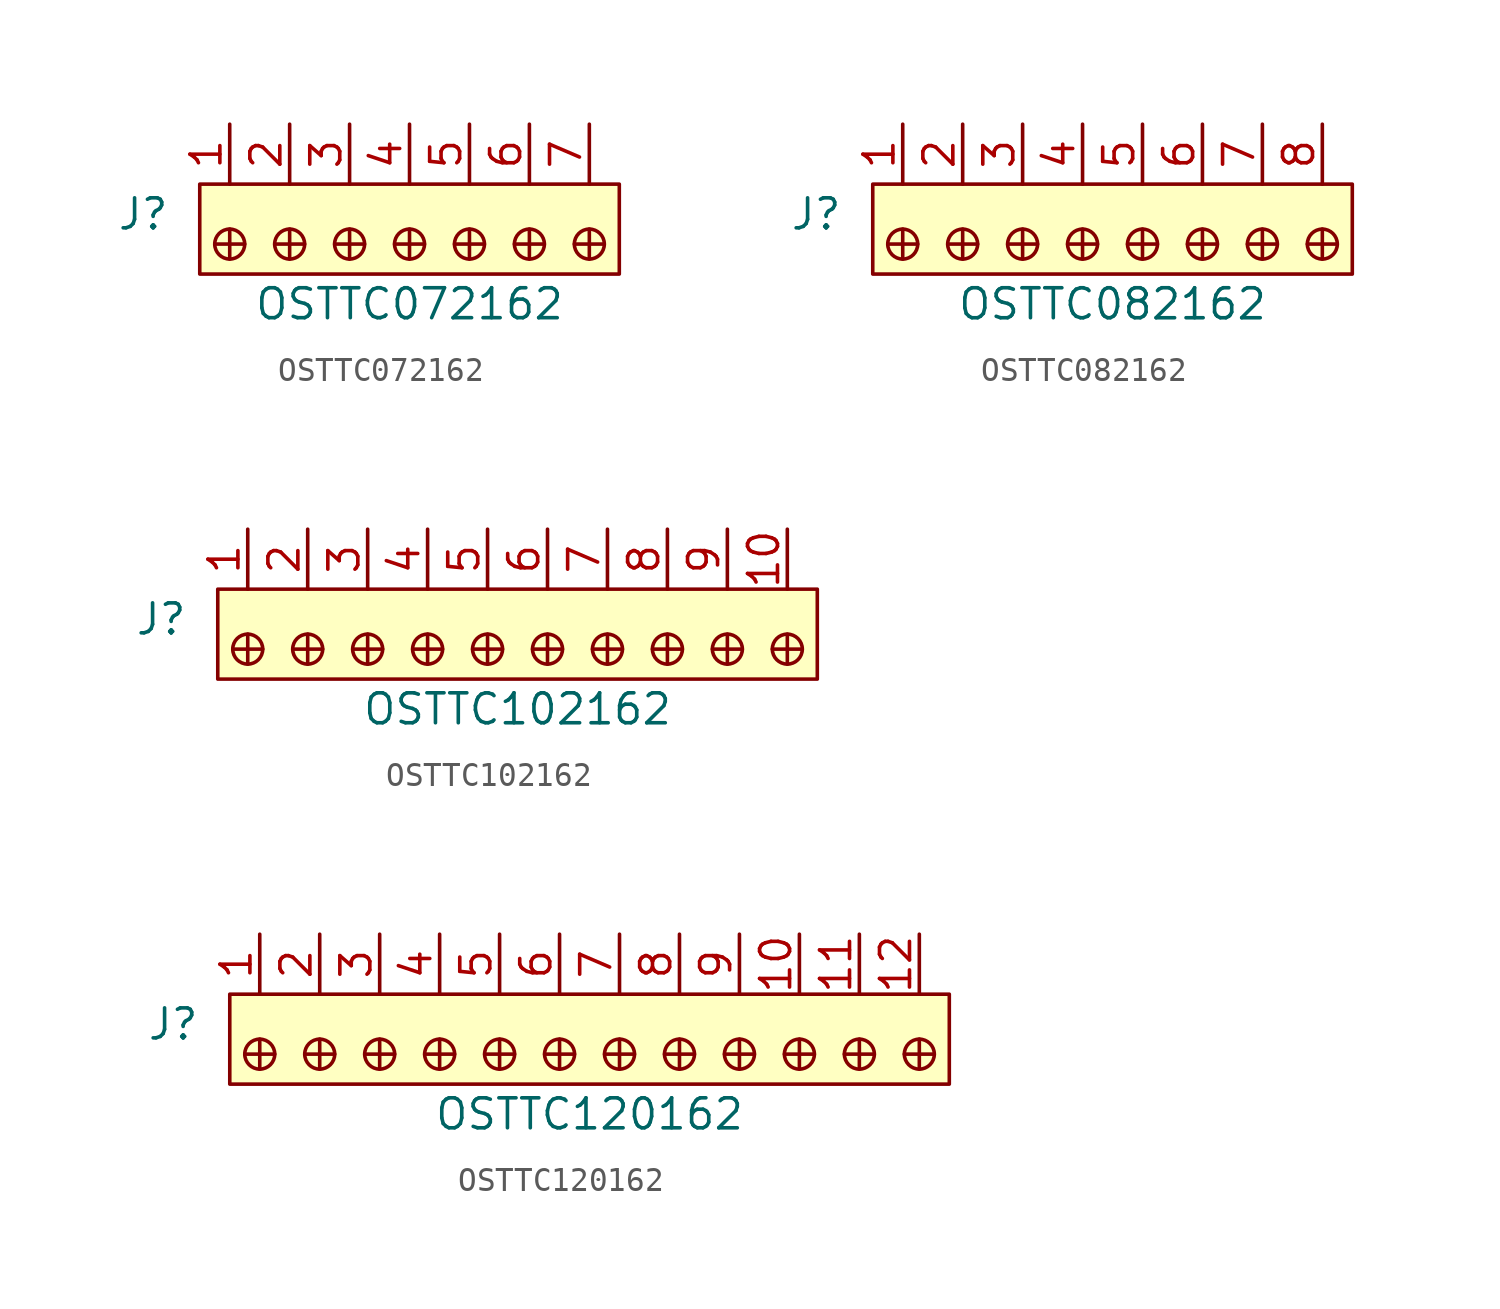
<source format=kicad_sym>
(kicad_symbol_lib
  (version 20231120)
  (generator "kicad_symbol_editor")
  (generator_version "8.0")
  (symbol "OSTTC072162"
    (pin_names
      (offset 1.016))
    (property "Reference" "J"
      (at -2.54 -1.27 0)
      (effects (font (size 1.27 1.27)) (justify right)))
    (property "Value" "OSTTC072162"
      (at 7.62 -5.08 0)
      (effects (font (size 1.27 1.27))))
    (symbol "OSTTC072162_1_1"
      (rectangle (start -1.27 0) (end 16.51 -3.81) (stroke (width 0) (type solid)) (fill (type background)))
      (circle (center 0 -2.54) (radius 0.635) (stroke (width 0) (type solid)) (fill (type none)))
      (polyline (pts (xy 0 -1.905) (xy 0 -3.175)) (stroke (width 0) (type solid)) (fill (type none)))
      (polyline (pts (xy 0.635 -2.54) (xy -0.635 -2.54)) (stroke (width 0) (type solid)) (fill (type none)))
      (polyline (pts (xy 1.905 -2.54) (xy 3.175 -2.54)) (stroke (width 0) (type solid)) (fill (type none)))
      (polyline (pts (xy 2.54 -1.905) (xy 2.54 -3.175)) (stroke (width 0) (type solid)) (fill (type none)))
      (polyline (pts (xy 5.08 -1.905) (xy 5.08 -3.175)) (stroke (width 0) (type solid)) (fill (type none)))
      (polyline (pts (xy 5.715 -2.54) (xy 4.445 -2.54)) (stroke (width 0) (type solid)) (fill (type none)))
      (polyline (pts (xy 6.985 -2.54) (xy 8.255 -2.54)) (stroke (width 0) (type solid)) (fill (type none)))
      (polyline (pts (xy 7.62 -1.905) (xy 7.62 -3.175)) (stroke (width 0) (type solid)) (fill (type none)))
      (polyline (pts (xy 10.16 -1.905) (xy 10.16 -3.175)) (stroke (width 0) (type solid)) (fill (type none)))
      (polyline (pts (xy 10.795 -2.54) (xy 9.525 -2.54)) (stroke (width 0) (type solid)) (fill (type none)))
      (polyline (pts (xy 12.065 -2.54) (xy 13.335 -2.54)) (stroke (width 0) (type solid)) (fill (type none)))
      (polyline (pts (xy 12.7 -1.905) (xy 12.7 -3.175)) (stroke (width 0) (type solid)) (fill (type none)))
      (polyline (pts (xy 14.605 -2.54) (xy 15.875 -2.54)) (stroke (width 0) (type solid)) (fill (type none)))
      (polyline (pts (xy 15.24 -1.905) (xy 15.24 -3.175)) (stroke (width 0) (type solid)) (fill (type none)))
      (circle (center 2.54 -2.54) (radius 0.635) (stroke (width 0) (type solid)) (fill (type none)))
      (circle (center 5.08 -2.54) (radius 0.635) (stroke (width 0) (type solid)) (fill (type none)))
      (circle (center 7.62 -2.54) (radius 0.635) (stroke (width 0) (type solid)) (fill (type none)))
      (circle (center 10.16 -2.54) (radius 0.635) (stroke (width 0) (type solid)) (fill (type none)))
      (circle (center 12.7 -2.54) (radius 0.635) (stroke (width 0) (type solid)) (fill (type none)))
      (circle (center 15.24 -2.54) (radius 0.635) (stroke (width 0) (type solid)) (fill (type none)))
      (pin passive line (at 0 2.54 270) (length 2.54) (name "~" (effects (font (size 1.27 1.27)))) (number "1" (effects (font (size 1.27 1.27)))))
      (pin passive line (at 2.54 2.54 270) (length 2.54) (name "~" (effects (font (size 1.27 1.27)))) (number "2" (effects (font (size 1.27 1.27)))))
      (pin passive line (at 5.08 2.54 270) (length 2.54) (name "~" (effects (font (size 1.27 1.27)))) (number "3" (effects (font (size 1.27 1.27)))))
      (pin passive line (at 7.62 2.54 270) (length 2.54) (name "~" (effects (font (size 1.27 1.27)))) (number "4" (effects (font (size 1.27 1.27)))))
      (pin passive line (at 10.16 2.54 270) (length 2.54) (name "~" (effects (font (size 1.27 1.27)))) (number "5" (effects (font (size 1.27 1.27)))))
      (pin passive line (at 12.7 2.54 270) (length 2.54) (name "~" (effects (font (size 1.27 1.27)))) (number "6" (effects (font (size 1.27 1.27)))))
      (pin passive line (at 15.24 2.54 270) (length 2.54) (name "~" (effects (font (size 1.27 1.27)))) (number "7" (effects (font (size 1.27 1.27)))))))
  (symbol "OSTTC082162"
    (pin_names
      (offset 1.016))
    (property "Reference" "J"
      (at -2.54 -1.27 0)
      (effects (font (size 1.27 1.27)) (justify right)))
    (property "Value" "OSTTC082162"
      (at 8.89 -5.08 0)
      (effects (font (size 1.27 1.27))))
    (symbol "OSTTC082162_1_1"
      (rectangle (start -1.27 0) (end 19.05 -3.81) (stroke (width 0) (type solid)) (fill (type background)))
      (circle (center 0 -2.54) (radius 0.635) (stroke (width 0) (type solid)) (fill (type none)))
      (polyline (pts (xy 0 -1.905) (xy 0 -3.175)) (stroke (width 0) (type solid)) (fill (type none)))
      (polyline (pts (xy 0.635 -2.54) (xy -0.635 -2.54)) (stroke (width 0) (type solid)) (fill (type none)))
      (polyline (pts (xy 1.905 -2.54) (xy 3.175 -2.54)) (stroke (width 0) (type solid)) (fill (type none)))
      (polyline (pts (xy 2.54 -1.905) (xy 2.54 -3.175)) (stroke (width 0) (type solid)) (fill (type none)))
      (polyline (pts (xy 5.08 -1.905) (xy 5.08 -3.175)) (stroke (width 0) (type solid)) (fill (type none)))
      (polyline (pts (xy 5.715 -2.54) (xy 4.445 -2.54)) (stroke (width 0) (type solid)) (fill (type none)))
      (polyline (pts (xy 6.985 -2.54) (xy 8.255 -2.54)) (stroke (width 0) (type solid)) (fill (type none)))
      (polyline (pts (xy 7.62 -1.905) (xy 7.62 -3.175)) (stroke (width 0) (type solid)) (fill (type none)))
      (polyline (pts (xy 10.16 -1.905) (xy 10.16 -3.175)) (stroke (width 0) (type solid)) (fill (type none)))
      (polyline (pts (xy 10.795 -2.54) (xy 9.525 -2.54)) (stroke (width 0) (type solid)) (fill (type none)))
      (polyline (pts (xy 12.065 -2.54) (xy 13.335 -2.54)) (stroke (width 0) (type solid)) (fill (type none)))
      (polyline (pts (xy 12.7 -1.905) (xy 12.7 -3.175)) (stroke (width 0) (type solid)) (fill (type none)))
      (polyline (pts (xy 15.24 -1.905) (xy 15.24 -3.175)) (stroke (width 0) (type solid)) (fill (type none)))
      (polyline (pts (xy 15.875 -2.54) (xy 14.605 -2.54)) (stroke (width 0) (type solid)) (fill (type none)))
      (polyline (pts (xy 17.145 -2.54) (xy 18.415 -2.54)) (stroke (width 0) (type solid)) (fill (type none)))
      (polyline (pts (xy 17.78 -1.905) (xy 17.78 -3.175)) (stroke (width 0) (type solid)) (fill (type none)))
      (circle (center 2.54 -2.54) (radius 0.635) (stroke (width 0) (type solid)) (fill (type none)))
      (circle (center 5.08 -2.54) (radius 0.635) (stroke (width 0) (type solid)) (fill (type none)))
      (circle (center 7.62 -2.54) (radius 0.635) (stroke (width 0) (type solid)) (fill (type none)))
      (circle (center 10.16 -2.54) (radius 0.635) (stroke (width 0) (type solid)) (fill (type none)))
      (circle (center 12.7 -2.54) (radius 0.635) (stroke (width 0) (type solid)) (fill (type none)))
      (circle (center 15.24 -2.54) (radius 0.635) (stroke (width 0) (type solid)) (fill (type none)))
      (circle (center 17.78 -2.54) (radius 0.635) (stroke (width 0) (type solid)) (fill (type none)))
      (pin passive line (at 0 2.54 270) (length 2.54) (name "~" (effects (font (size 1.27 1.27)))) (number "1" (effects (font (size 1.27 1.27)))))
      (pin passive line (at 2.54 2.54 270) (length 2.54) (name "~" (effects (font (size 1.27 1.27)))) (number "2" (effects (font (size 1.27 1.27)))))
      (pin passive line (at 5.08 2.54 270) (length 2.54) (name "~" (effects (font (size 1.27 1.27)))) (number "3" (effects (font (size 1.27 1.27)))))
      (pin passive line (at 7.62 2.54 270) (length 2.54) (name "~" (effects (font (size 1.27 1.27)))) (number "4" (effects (font (size 1.27 1.27)))))
      (pin passive line (at 10.16 2.54 270) (length 2.54) (name "~" (effects (font (size 1.27 1.27)))) (number "5" (effects (font (size 1.27 1.27)))))
      (pin passive line (at 12.7 2.54 270) (length 2.54) (name "~" (effects (font (size 1.27 1.27)))) (number "6" (effects (font (size 1.27 1.27)))))
      (pin passive line (at 15.24 2.54 270) (length 2.54) (name "~" (effects (font (size 1.27 1.27)))) (number "7" (effects (font (size 1.27 1.27)))))
      (pin passive line (at 17.78 2.54 270) (length 2.54) (name "~" (effects (font (size 1.27 1.27)))) (number "8" (effects (font (size 1.27 1.27)))))))
  (symbol "OSTTC102162"
    (pin_names
      (offset 1.016))
    (property "Reference" "J"
      (at -2.54 -1.27 0)
      (effects (font (size 1.27 1.27)) (justify right)))
    (property "Value" "OSTTC102162"
      (at 11.43 -5.08 0)
      (effects (font (size 1.27 1.27))))
    (symbol "OSTTC102162_1_1"
      (rectangle (start -1.27 0) (end 24.13 -3.81) (stroke (width 0) (type solid)) (fill (type background)))
      (circle (center 0 -2.54) (radius 0.635) (stroke (width 0) (type solid)) (fill (type none)))
      (polyline (pts (xy 0 -1.905) (xy 0 -3.175)) (stroke (width 0) (type solid)) (fill (type none)))
      (polyline (pts (xy 0.635 -2.54) (xy -0.635 -2.54)) (stroke (width 0) (type solid)) (fill (type none)))
      (polyline (pts (xy 1.905 -2.54) (xy 3.175 -2.54)) (stroke (width 0) (type solid)) (fill (type none)))
      (polyline (pts (xy 2.54 -1.905) (xy 2.54 -3.175)) (stroke (width 0) (type solid)) (fill (type none)))
      (polyline (pts (xy 5.08 -1.905) (xy 5.08 -3.175)) (stroke (width 0) (type solid)) (fill (type none)))
      (polyline (pts (xy 5.715 -2.54) (xy 4.445 -2.54)) (stroke (width 0) (type solid)) (fill (type none)))
      (polyline (pts (xy 6.985 -2.54) (xy 8.255 -2.54)) (stroke (width 0) (type solid)) (fill (type none)))
      (polyline (pts (xy 7.62 -1.905) (xy 7.62 -3.175)) (stroke (width 0) (type solid)) (fill (type none)))
      (polyline (pts (xy 10.16 -1.905) (xy 10.16 -3.175)) (stroke (width 0) (type solid)) (fill (type none)))
      (polyline (pts (xy 10.795 -2.54) (xy 9.525 -2.54)) (stroke (width 0) (type solid)) (fill (type none)))
      (polyline (pts (xy 12.065 -2.54) (xy 13.335 -2.54)) (stroke (width 0) (type solid)) (fill (type none)))
      (polyline (pts (xy 12.7 -1.905) (xy 12.7 -3.175)) (stroke (width 0) (type solid)) (fill (type none)))
      (polyline (pts (xy 15.24 -1.905) (xy 15.24 -3.175)) (stroke (width 0) (type solid)) (fill (type none)))
      (polyline (pts (xy 15.875 -2.54) (xy 14.605 -2.54)) (stroke (width 0) (type solid)) (fill (type none)))
      (polyline (pts (xy 17.145 -2.54) (xy 18.415 -2.54)) (stroke (width 0) (type solid)) (fill (type none)))
      (polyline (pts (xy 17.78 -1.905) (xy 17.78 -3.175)) (stroke (width 0) (type solid)) (fill (type none)))
      (polyline (pts (xy 20.32 -1.905) (xy 20.32 -3.175)) (stroke (width 0) (type solid)) (fill (type none)))
      (polyline (pts (xy 20.955 -2.54) (xy 19.685 -2.54)) (stroke (width 0) (type solid)) (fill (type none)))
      (polyline (pts (xy 22.225 -2.54) (xy 23.495 -2.54)) (stroke (width 0) (type solid)) (fill (type none)))
      (polyline (pts (xy 22.86 -1.905) (xy 22.86 -3.175)) (stroke (width 0) (type solid)) (fill (type none)))
      (circle (center 2.54 -2.54) (radius 0.635) (stroke (width 0) (type solid)) (fill (type none)))
      (circle (center 5.08 -2.54) (radius 0.635) (stroke (width 0) (type solid)) (fill (type none)))
      (circle (center 7.62 -2.54) (radius 0.635) (stroke (width 0) (type solid)) (fill (type none)))
      (circle (center 10.16 -2.54) (radius 0.635) (stroke (width 0) (type solid)) (fill (type none)))
      (circle (center 12.7 -2.54) (radius 0.635) (stroke (width 0) (type solid)) (fill (type none)))
      (circle (center 15.24 -2.54) (radius 0.635) (stroke (width 0) (type solid)) (fill (type none)))
      (circle (center 17.78 -2.54) (radius 0.635) (stroke (width 0) (type solid)) (fill (type none)))
      (circle (center 20.32 -2.54) (radius 0.635) (stroke (width 0) (type solid)) (fill (type none)))
      (circle (center 22.86 -2.54) (radius 0.635) (stroke (width 0) (type solid)) (fill (type none)))
      (pin passive line (at 0 2.54 270) (length 2.54) (name "~" (effects (font (size 1.27 1.27)))) (number "1" (effects (font (size 1.27 1.27)))))
      (pin passive line (at 22.86 2.54 270) (length 2.54) (name "~" (effects (font (size 1.27 1.27)))) (number "10" (effects (font (size 1.27 1.27)))))
      (pin passive line (at 2.54 2.54 270) (length 2.54) (name "~" (effects (font (size 1.27 1.27)))) (number "2" (effects (font (size 1.27 1.27)))))
      (pin passive line (at 5.08 2.54 270) (length 2.54) (name "~" (effects (font (size 1.27 1.27)))) (number "3" (effects (font (size 1.27 1.27)))))
      (pin passive line (at 7.62 2.54 270) (length 2.54) (name "~" (effects (font (size 1.27 1.27)))) (number "4" (effects (font (size 1.27 1.27)))))
      (pin passive line (at 10.16 2.54 270) (length 2.54) (name "~" (effects (font (size 1.27 1.27)))) (number "5" (effects (font (size 1.27 1.27)))))
      (pin passive line (at 12.7 2.54 270) (length 2.54) (name "~" (effects (font (size 1.27 1.27)))) (number "6" (effects (font (size 1.27 1.27)))))
      (pin passive line (at 15.24 2.54 270) (length 2.54) (name "~" (effects (font (size 1.27 1.27)))) (number "7" (effects (font (size 1.27 1.27)))))
      (pin passive line (at 17.78 2.54 270) (length 2.54) (name "~" (effects (font (size 1.27 1.27)))) (number "8" (effects (font (size 1.27 1.27)))))
      (pin passive line (at 20.32 2.54 270) (length 2.54) (name "~" (effects (font (size 1.27 1.27)))) (number "9" (effects (font (size 1.27 1.27)))))))
  (symbol "OSTTC120162"
    (pin_names
      (offset 1.016))
    (property "Reference" "J"
      (at -2.54 -1.27 0)
      (effects (font (size 1.27 1.27)) (justify right)))
    (property "Value" "OSTTC120162"
      (at 13.97 -5.08 0)
      (effects (font (size 1.27 1.27))))
    (symbol "OSTTC120162_1_1"
      (rectangle (start -1.27 0) (end 29.21 -3.81) (stroke (width 0) (type solid)) (fill (type background)))
      (circle (center 0 -2.54) (radius 0.635) (stroke (width 0) (type solid)) (fill (type none)))
      (polyline (pts (xy 0 -1.905) (xy 0 -3.175)) (stroke (width 0) (type solid)) (fill (type none)))
      (polyline (pts (xy 0.635 -2.54) (xy -0.635 -2.54)) (stroke (width 0) (type solid)) (fill (type none)))
      (polyline (pts (xy 1.905 -2.54) (xy 3.175 -2.54)) (stroke (width 0) (type solid)) (fill (type none)))
      (polyline (pts (xy 2.54 -1.905) (xy 2.54 -3.175)) (stroke (width 0) (type solid)) (fill (type none)))
      (polyline (pts (xy 5.08 -1.905) (xy 5.08 -3.175)) (stroke (width 0) (type solid)) (fill (type none)))
      (polyline (pts (xy 5.715 -2.54) (xy 4.445 -2.54)) (stroke (width 0) (type solid)) (fill (type none)))
      (polyline (pts (xy 6.985 -2.54) (xy 8.255 -2.54)) (stroke (width 0) (type solid)) (fill (type none)))
      (polyline (pts (xy 7.62 -1.905) (xy 7.62 -3.175)) (stroke (width 0) (type solid)) (fill (type none)))
      (polyline (pts (xy 10.16 -1.905) (xy 10.16 -3.175)) (stroke (width 0) (type solid)) (fill (type none)))
      (polyline (pts (xy 10.795 -2.54) (xy 9.525 -2.54)) (stroke (width 0) (type solid)) (fill (type none)))
      (polyline (pts (xy 12.065 -2.54) (xy 13.335 -2.54)) (stroke (width 0) (type solid)) (fill (type none)))
      (polyline (pts (xy 12.7 -1.905) (xy 12.7 -3.175)) (stroke (width 0) (type solid)) (fill (type none)))
      (polyline (pts (xy 15.24 -1.905) (xy 15.24 -3.175)) (stroke (width 0) (type solid)) (fill (type none)))
      (polyline (pts (xy 15.875 -2.54) (xy 14.605 -2.54)) (stroke (width 0) (type solid)) (fill (type none)))
      (polyline (pts (xy 17.145 -2.54) (xy 18.415 -2.54)) (stroke (width 0) (type solid)) (fill (type none)))
      (polyline (pts (xy 17.78 -1.905) (xy 17.78 -3.175)) (stroke (width 0) (type solid)) (fill (type none)))
      (polyline (pts (xy 20.32 -1.905) (xy 20.32 -3.175)) (stroke (width 0) (type solid)) (fill (type none)))
      (polyline (pts (xy 20.955 -2.54) (xy 19.685 -2.54)) (stroke (width 0) (type solid)) (fill (type none)))
      (polyline (pts (xy 22.225 -2.54) (xy 23.495 -2.54)) (stroke (width 0) (type solid)) (fill (type none)))
      (polyline (pts (xy 22.86 -1.905) (xy 22.86 -3.175)) (stroke (width 0) (type solid)) (fill (type none)))
      (polyline (pts (xy 25.4 -1.905) (xy 25.4 -3.175)) (stroke (width 0) (type solid)) (fill (type none)))
      (polyline (pts (xy 26.035 -2.54) (xy 24.765 -2.54)) (stroke (width 0) (type solid)) (fill (type none)))
      (polyline (pts (xy 27.305 -2.54) (xy 28.575 -2.54)) (stroke (width 0) (type solid)) (fill (type none)))
      (polyline (pts (xy 27.94 -1.905) (xy 27.94 -3.175)) (stroke (width 0) (type solid)) (fill (type none)))
      (circle (center 2.54 -2.54) (radius 0.635) (stroke (width 0) (type solid)) (fill (type none)))
      (circle (center 5.08 -2.54) (radius 0.635) (stroke (width 0) (type solid)) (fill (type none)))
      (circle (center 7.62 -2.54) (radius 0.635) (stroke (width 0) (type solid)) (fill (type none)))
      (circle (center 10.16 -2.54) (radius 0.635) (stroke (width 0) (type solid)) (fill (type none)))
      (circle (center 12.7 -2.54) (radius 0.635) (stroke (width 0) (type solid)) (fill (type none)))
      (circle (center 15.24 -2.54) (radius 0.635) (stroke (width 0) (type solid)) (fill (type none)))
      (circle (center 17.78 -2.54) (radius 0.635) (stroke (width 0) (type solid)) (fill (type none)))
      (circle (center 20.32 -2.54) (radius 0.635) (stroke (width 0) (type solid)) (fill (type none)))
      (circle (center 22.86 -2.54) (radius 0.635) (stroke (width 0) (type solid)) (fill (type none)))
      (circle (center 25.4 -2.54) (radius 0.635) (stroke (width 0) (type solid)) (fill (type none)))
      (circle (center 27.94 -2.54) (radius 0.635) (stroke (width 0) (type solid)) (fill (type none)))
      (pin passive line (at 0 2.54 270) (length 2.54) (name "~" (effects (font (size 1.27 1.27)))) (number "1" (effects (font (size 1.27 1.27)))))
      (pin passive line (at 22.86 2.54 270) (length 2.54) (name "~" (effects (font (size 1.27 1.27)))) (number "10" (effects (font (size 1.27 1.27)))))
      (pin passive line (at 25.4 2.54 270) (length 2.54) (name "~" (effects (font (size 1.27 1.27)))) (number "11" (effects (font (size 1.27 1.27)))))
      (pin passive line (at 27.94 2.54 270) (length 2.54) (name "~" (effects (font (size 1.27 1.27)))) (number "12" (effects (font (size 1.27 1.27)))))
      (pin passive line (at 2.54 2.54 270) (length 2.54) (name "~" (effects (font (size 1.27 1.27)))) (number "2" (effects (font (size 1.27 1.27)))))
      (pin passive line (at 5.08 2.54 270) (length 2.54) (name "~" (effects (font (size 1.27 1.27)))) (number "3" (effects (font (size 1.27 1.27)))))
      (pin passive line (at 7.62 2.54 270) (length 2.54) (name "~" (effects (font (size 1.27 1.27)))) (number "4" (effects (font (size 1.27 1.27)))))
      (pin passive line (at 10.16 2.54 270) (length 2.54) (name "~" (effects (font (size 1.27 1.27)))) (number "5" (effects (font (size 1.27 1.27)))))
      (pin passive line (at 12.7 2.54 270) (length 2.54) (name "~" (effects (font (size 1.27 1.27)))) (number "6" (effects (font (size 1.27 1.27)))))
      (pin passive line (at 15.24 2.54 270) (length 2.54) (name "~" (effects (font (size 1.27 1.27)))) (number "7" (effects (font (size 1.27 1.27)))))
      (pin passive line (at 17.78 2.54 270) (length 2.54) (name "~" (effects (font (size 1.27 1.27)))) (number "8" (effects (font (size 1.27 1.27)))))
      (pin passive line (at 20.32 2.54 270) (length 2.54) (name "~" (effects (font (size 1.27 1.27)))) (number "9" (effects (font (size 1.27 1.27))))))))
</source>
